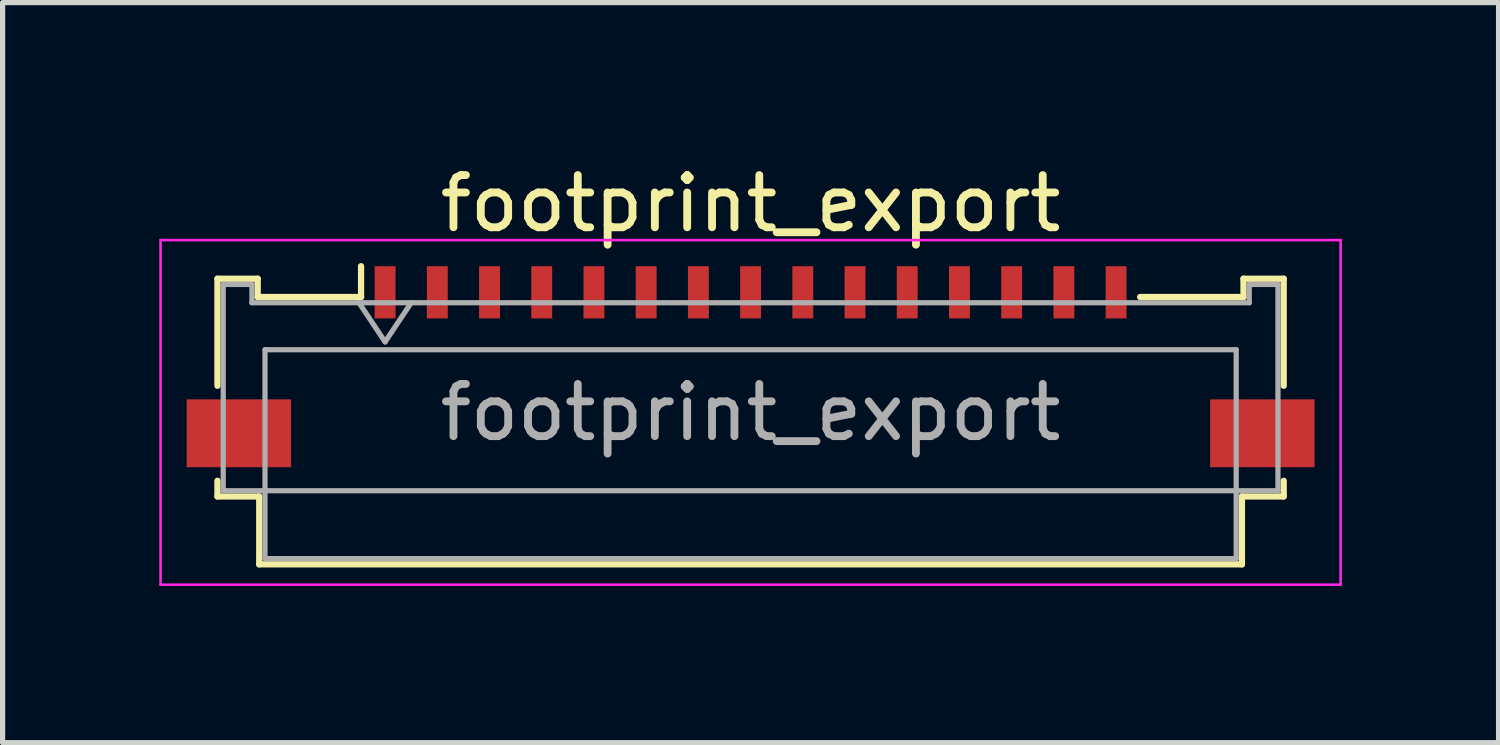
<source format=kicad_pcb>
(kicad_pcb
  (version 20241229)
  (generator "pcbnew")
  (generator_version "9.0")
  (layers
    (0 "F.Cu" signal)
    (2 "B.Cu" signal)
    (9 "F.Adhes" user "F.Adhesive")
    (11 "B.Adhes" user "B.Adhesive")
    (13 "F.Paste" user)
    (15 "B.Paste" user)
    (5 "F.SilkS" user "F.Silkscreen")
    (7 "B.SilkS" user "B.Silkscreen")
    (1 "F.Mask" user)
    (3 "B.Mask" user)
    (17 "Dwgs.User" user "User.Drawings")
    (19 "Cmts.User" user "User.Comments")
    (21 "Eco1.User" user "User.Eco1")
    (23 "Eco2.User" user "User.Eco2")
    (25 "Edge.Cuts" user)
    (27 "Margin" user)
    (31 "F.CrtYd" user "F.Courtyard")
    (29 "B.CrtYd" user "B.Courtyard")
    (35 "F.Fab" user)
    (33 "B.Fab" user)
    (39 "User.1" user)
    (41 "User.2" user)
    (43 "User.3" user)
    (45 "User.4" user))
  (footprint "footprint_export"
    (layer "F.Cu")
    (at 11.325 3.458)
    (property "Reference" "footprint_export" (at 0 -2.61 0) (layer "F.SilkS") (effects (font (size 1 1) (thickness 0.15))))
    (attr smd)
    (fp_line (start -10.21 -1.17) (end -10.21 0.88) (stroke (width 0.12) (type solid)) (layer "F.SilkS"))
    (fp_line (start -10.21 2.7) (end -10.21 3) (stroke (width 0.12) (type solid)) (layer "F.SilkS"))
    (fp_line (start -10.21 3) (end -9.41 3) (stroke (width 0.12) (type solid)) (layer "F.SilkS"))
    (fp_line (start -9.44 -1.17) (end -10.21 -1.17) (stroke (width 0.12) (type solid)) (layer "F.SilkS"))
    (fp_line (start -9.44 -0.82) (end -9.44 -1.17) (stroke (width 0.12) (type solid)) (layer "F.SilkS"))
    (fp_line (start -9.41 3) (end -9.41 4.3) (stroke (width 0.12) (type solid)) (layer "F.SilkS"))
    (fp_line (start -9.41 4.3) (end 9.41 4.3) (stroke (width 0.12) (type solid)) (layer "F.SilkS"))
    (fp_line (start -7.46 -1.41) (end -7.46 -0.82) (stroke (width 0.12) (type solid)) (layer "F.SilkS"))
    (fp_line (start -7.46 -0.82) (end -9.44 -0.82) (stroke (width 0.12) (type solid)) (layer "F.SilkS"))
    (fp_line (start 9.41 3) (end 10.21 3) (stroke (width 0.12) (type solid)) (layer "F.SilkS"))
    (fp_line (start 9.41 4.3) (end 9.41 3) (stroke (width 0.12) (type solid)) (layer "F.SilkS"))
    (fp_line (start 9.44 -1.17) (end 9.44 -0.82) (stroke (width 0.12) (type solid)) (layer "F.SilkS"))
    (fp_line (start 9.44 -0.82) (end 7.46 -0.82) (stroke (width 0.12) (type solid)) (layer "F.SilkS"))
    (fp_line (start 10.21 -1.17) (end 9.44 -1.17) (stroke (width 0.12) (type solid)) (layer "F.SilkS"))
    (fp_line (start 10.21 0.88) (end 10.21 -1.17) (stroke (width 0.12) (type solid)) (layer "F.SilkS"))
    (fp_line (start 10.21 3) (end 10.21 2.7) (stroke (width 0.12) (type solid)) (layer "F.SilkS"))
    (fp_line (start -11.3 -1.91) (end -11.3 4.69) (stroke (width 0.05) (type solid)) (layer "F.CrtYd"))
    (fp_line (start -11.3 4.69) (end 11.3 4.69) (stroke (width 0.05) (type solid)) (layer "F.CrtYd"))
    (fp_line (start 11.3 -1.91) (end -11.3 -1.91) (stroke (width 0.05) (type solid)) (layer "F.CrtYd"))
    (fp_line (start 11.3 4.69) (end 11.3 -1.91) (stroke (width 0.05) (type solid)) (layer "F.CrtYd"))
    (fp_line (start -10.1 -1.06) (end -10.1 2.89) (stroke (width 0.1) (type solid)) (layer "F.Fab"))
    (fp_line (start -10.1 2.89) (end 10.1 2.89) (stroke (width 0.1) (type solid)) (layer "F.Fab"))
    (fp_line (start -9.55 -1.06) (end -10.1 -1.06) (stroke (width 0.1) (type solid)) (layer "F.Fab"))
    (fp_line (start -9.55 -0.71) (end -9.55 -1.06) (stroke (width 0.1) (type solid)) (layer "F.Fab"))
    (fp_line (start -9.3 0.19) (end -9.3 4.19) (stroke (width 0.1) (type solid)) (layer "F.Fab"))
    (fp_line (start -9.3 4.19) (end 9.3 4.19) (stroke (width 0.1) (type solid)) (layer "F.Fab"))
    (fp_line (start -7.5 -0.71) (end -7 0.04) (stroke (width 0.1) (type solid)) (layer "F.Fab"))
    (fp_line (start -7 0.04) (end -6.5 -0.71) (stroke (width 0.1) (type solid)) (layer "F.Fab"))
    (fp_line (start 9.3 0.19) (end -9.3 0.19) (stroke (width 0.1) (type solid)) (layer "F.Fab"))
    (fp_line (start 9.3 4.19) (end 9.3 0.19) (stroke (width 0.1) (type solid)) (layer "F.Fab"))
    (fp_line (start 9.55 -1.06) (end 9.55 -0.71) (stroke (width 0.1) (type solid)) (layer "F.Fab"))
    (fp_line (start 9.55 -0.71) (end -9.55 -0.71) (stroke (width 0.1) (type solid)) (layer "F.Fab"))
    (fp_line (start 10.1 -1.06) (end 9.55 -1.06) (stroke (width 0.1) (type solid)) (layer "F.Fab"))
    (fp_line (start 10.1 2.89) (end 10.1 -1.06) (stroke (width 0.1) (type solid)) (layer "F.Fab"))
    (fp_text user "${REFERENCE}" (at 0 1.39 0) (layer "F.Fab") (effects (font (size 1 1) (thickness 0.15))))
    (pad "1" smd rect (at -7 -0.91) (size 0.4 1) (layers "F.Cu" "F.Mask" "F.Paste"))
    (pad "2" smd rect (at -6 -0.91) (size 0.4 1) (layers "F.Cu" "F.Mask" "F.Paste"))
    (pad "3" smd rect (at -5 -0.91) (size 0.4 1) (layers "F.Cu" "F.Mask" "F.Paste"))
    (pad "4" smd rect (at -4 -0.91) (size 0.4 1) (layers "F.Cu" "F.Mask" "F.Paste"))
    (pad "5" smd rect (at -3 -0.91) (size 0.4 1) (layers "F.Cu" "F.Mask" "F.Paste"))
    (pad "6" smd rect (at -2 -0.91) (size 0.4 1) (layers "F.Cu" "F.Mask" "F.Paste"))
    (pad "7" smd rect (at -1 -0.91) (size 0.4 1) (layers "F.Cu" "F.Mask" "F.Paste"))
    (pad "8" smd rect (at 0 -0.91) (size 0.4 1) (layers "F.Cu" "F.Mask" "F.Paste"))
    (pad "9" smd rect (at 1 -0.91) (size 0.4 1) (layers "F.Cu" "F.Mask" "F.Paste"))
    (pad "10" smd rect (at 2 -0.91) (size 0.4 1) (layers "F.Cu" "F.Mask" "F.Paste"))
    (pad "11" smd rect (at 3 -0.91) (size 0.4 1) (layers "F.Cu" "F.Mask" "F.Paste"))
    (pad "12" smd rect (at 4 -0.91) (size 0.4 1) (layers "F.Cu" "F.Mask" "F.Paste"))
    (pad "13" smd rect (at 5 -0.91) (size 0.4 1) (layers "F.Cu" "F.Mask" "F.Paste"))
    (pad "14" smd rect (at 6 -0.91) (size 0.4 1) (layers "F.Cu" "F.Mask" "F.Paste"))
    (pad "15" smd rect (at 7 -0.91) (size 0.4 1) (layers "F.Cu" "F.Mask" "F.Paste"))
    (pad "MP" smd rect (at -9.8 1.79) (size 2 1.3) (layers "F.Cu" "F.Mask" "F.Paste"))
    (pad "MP" smd rect (at 9.8 1.79) (size 2 1.3) (layers "F.Cu" "F.Mask" "F.Paste")))
  (gr_rect
    (start -3 -3)
    (end 25.65 11.173)
    (stroke (width 0.1) (type default))
    (fill no)
    (layer "Edge.Cuts")))
</source>
